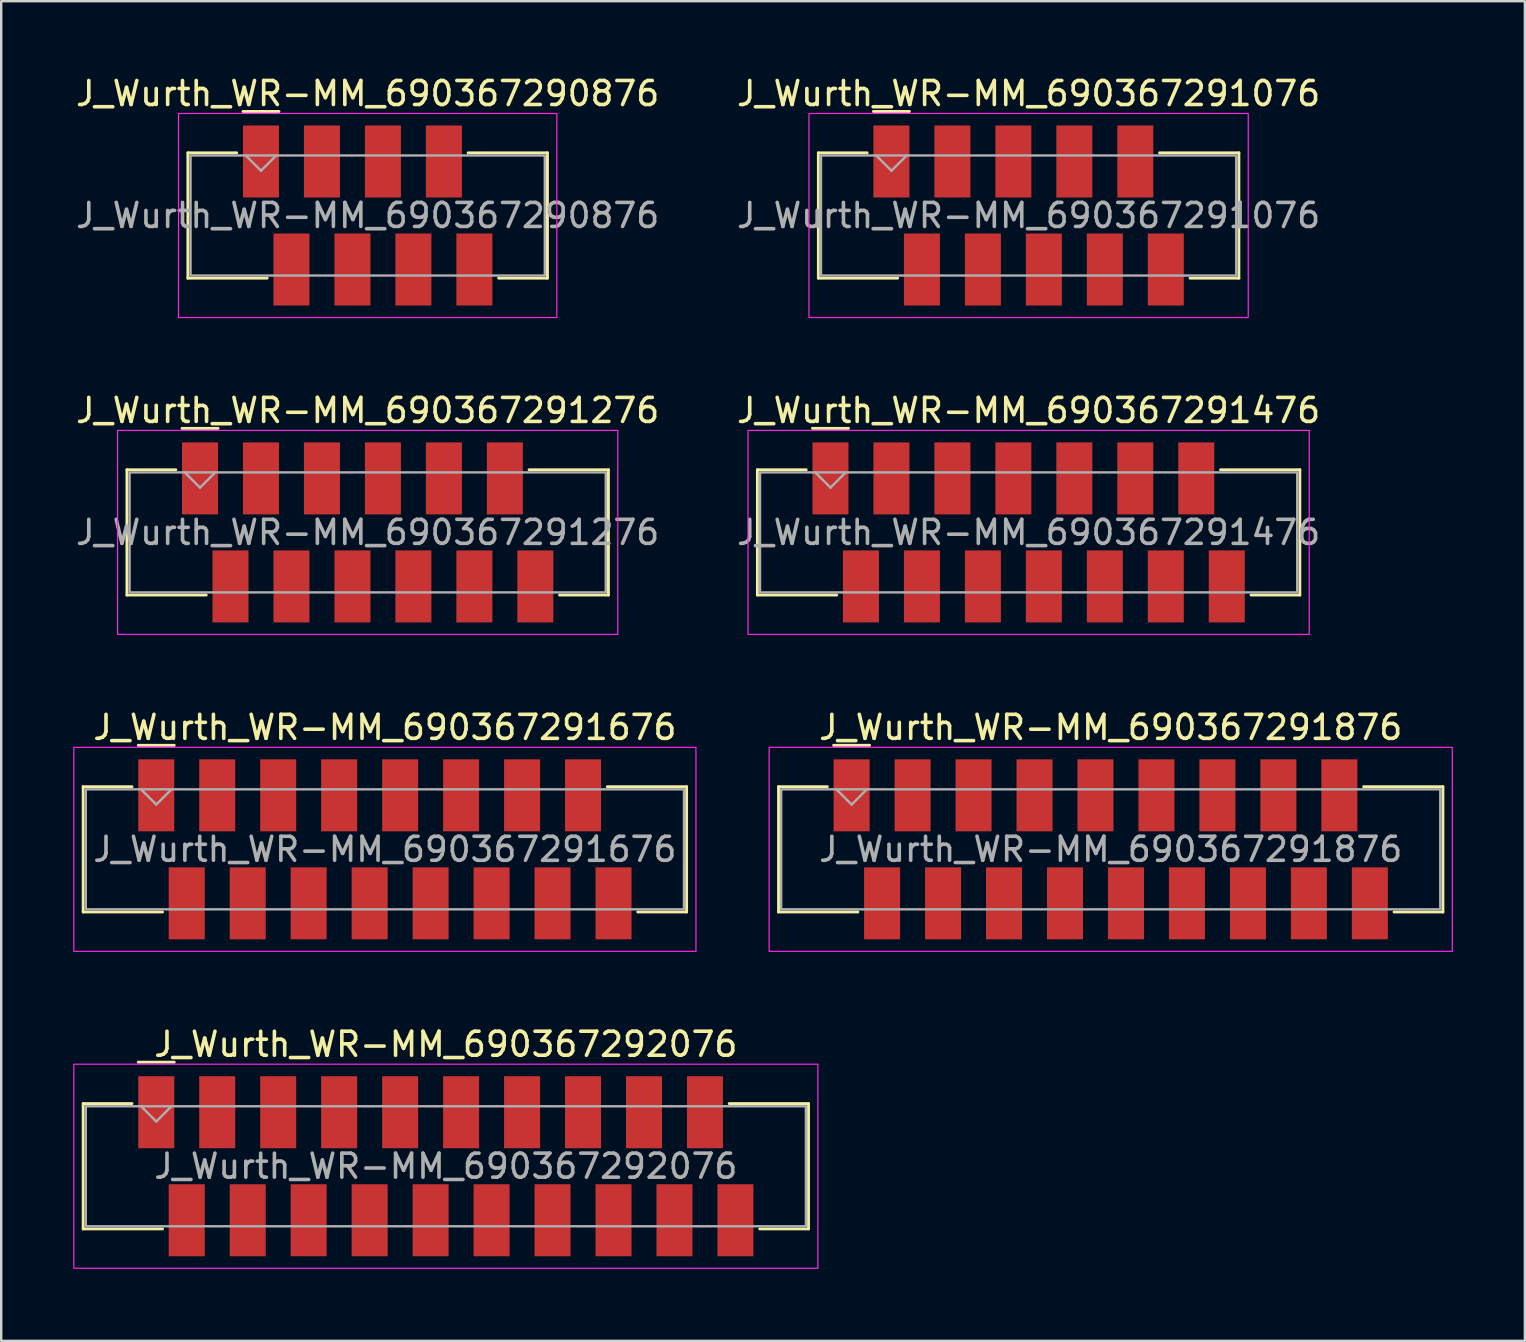
<source format=kicad_pcb>
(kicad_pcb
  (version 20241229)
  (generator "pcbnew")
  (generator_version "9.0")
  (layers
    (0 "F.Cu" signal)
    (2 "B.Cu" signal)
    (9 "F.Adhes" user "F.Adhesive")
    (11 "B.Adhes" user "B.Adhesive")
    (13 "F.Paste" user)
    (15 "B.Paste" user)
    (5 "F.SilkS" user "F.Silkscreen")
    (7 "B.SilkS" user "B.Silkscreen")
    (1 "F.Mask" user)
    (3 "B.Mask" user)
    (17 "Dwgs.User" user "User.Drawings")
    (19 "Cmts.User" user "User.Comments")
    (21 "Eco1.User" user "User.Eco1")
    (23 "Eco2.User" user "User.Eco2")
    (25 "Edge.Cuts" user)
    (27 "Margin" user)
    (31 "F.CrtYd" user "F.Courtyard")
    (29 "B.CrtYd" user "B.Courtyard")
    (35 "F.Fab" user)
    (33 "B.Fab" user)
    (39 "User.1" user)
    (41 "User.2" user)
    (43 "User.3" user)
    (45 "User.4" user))
  (footprint "J_Wurth_WR-MM_690367290876"
    (layer "F.Cu")
    (at 12.268 5.928)
    (property "Reference" "J_Wurth_WR-MM_690367290876" (at 0 -5.08 0) (unlocked yes) (layer "F.SilkS") (effects (font (size 1 1) (thickness 0.15))))
    (attr smd)
    (fp_line (start -7.49 -2.61) (end -5.455 -2.61) (stroke (width 0.12) (type solid)) (layer "F.SilkS"))
    (fp_line (start -7.49 2.61) (end -7.49 -2.61) (stroke (width 0.12) (type solid)) (layer "F.SilkS"))
    (fp_line (start -4.185 2.61) (end -7.49 2.61) (stroke (width 0.12) (type solid)) (layer "F.SilkS"))
    (fp_line (start -3.695 -4.335) (end -5.195 -4.335) (stroke (width 0.12) (type solid)) (layer "F.SilkS"))
    (fp_line (start 7.49 -2.61) (end 4.185 -2.61) (stroke (width 0.12) (type solid)) (layer "F.SilkS"))
    (fp_line (start 7.49 2.61) (end 5.455 2.61) (stroke (width 0.12) (type solid)) (layer "F.SilkS"))
    (fp_line (start 7.49 2.61) (end 7.49 -2.61) (stroke (width 0.12) (type solid)) (layer "F.SilkS"))
    (fp_rect (start -7.88 -4.25) (end 7.88 4.25) (stroke (width 0.05) (type solid)) (fill no) (layer "F.CrtYd"))
    (fp_line (start -5.08 -2.5) (end -4.445 -1.865) (stroke (width 0.1) (type default)) (layer "F.Fab"))
    (fp_line (start -4.445 -1.865) (end -3.81 -2.5) (stroke (width 0.1) (type default)) (layer "F.Fab"))
    (fp_rect (start -7.38 -2.5) (end 7.38 2.5) (stroke (width 0.1) (type solid)) (fill no) (layer "F.Fab"))
    (fp_text user "${REFERENCE}" (at 0 0 0) (unlocked yes) (layer "F.Fab") (effects (font (size 1 1) (thickness 0.15))))
    (pad "1" smd rect (at -4.445 -2.25 180) (size 1.5 3) (layers "F.Cu" "F.Mask" "F.Paste"))
    (pad "2" smd rect (at -3.175 2.25 180) (size 1.5 3) (layers "F.Cu" "F.Mask" "F.Paste"))
    (pad "3" smd rect (at -1.905 -2.25 180) (size 1.5 3) (layers "F.Cu" "F.Mask" "F.Paste"))
    (pad "4" smd rect (at -0.635 2.25 180) (size 1.5 3) (layers "F.Cu" "F.Mask" "F.Paste"))
    (pad "5" smd rect (at 0.635 -2.25 180) (size 1.5 3) (layers "F.Cu" "F.Mask" "F.Paste"))
    (pad "6" smd rect (at 1.905 2.25 180) (size 1.5 3) (layers "F.Cu" "F.Mask" "F.Paste"))
    (pad "7" smd rect (at 3.175 -2.25 180) (size 1.5 3) (layers "F.Cu" "F.Mask" "F.Paste"))
    (pad "8" smd rect (at 4.445 2.25 180) (size 1.5 3) (layers "F.Cu" "F.Mask" "F.Paste")))
  (footprint "J_Wurth_WR-MM_690367292076"
    (layer "F.Cu")
    (at 15.525 45.538)
    (property "Reference" "J_Wurth_WR-MM_690367292076" (at 0 -5.08 0) (unlocked yes) (layer "F.SilkS") (effects (font (size 1 1) (thickness 0.15))))
    (attr smd)
    (fp_line (start -15.11 -2.61) (end -13.075 -2.61) (stroke (width 0.12) (type solid)) (layer "F.SilkS"))
    (fp_line (start -15.11 2.61) (end -15.11 -2.61) (stroke (width 0.12) (type solid)) (layer "F.SilkS"))
    (fp_line (start -11.805 2.61) (end -15.11 2.61) (stroke (width 0.12) (type solid)) (layer "F.SilkS"))
    (fp_line (start -11.315 -4.335) (end -12.815 -4.335) (stroke (width 0.12) (type solid)) (layer "F.SilkS"))
    (fp_line (start 15.11 -2.61) (end 11.805 -2.61) (stroke (width 0.12) (type solid)) (layer "F.SilkS"))
    (fp_line (start 15.11 2.61) (end 13.075 2.61) (stroke (width 0.12) (type solid)) (layer "F.SilkS"))
    (fp_line (start 15.11 2.61) (end 15.11 -2.61) (stroke (width 0.12) (type solid)) (layer "F.SilkS"))
    (fp_rect (start -15.5 -4.25) (end 15.5 4.25) (stroke (width 0.05) (type solid)) (fill no) (layer "F.CrtYd"))
    (fp_line (start -12.7 -2.5) (end -12.065 -1.865) (stroke (width 0.1) (type default)) (layer "F.Fab"))
    (fp_line (start -12.065 -1.865) (end -11.43 -2.5) (stroke (width 0.1) (type default)) (layer "F.Fab"))
    (fp_rect (start -15 -2.5) (end 15 2.5) (stroke (width 0.1) (type solid)) (fill no) (layer "F.Fab"))
    (fp_text user "${REFERENCE}" (at 0 0 0) (unlocked yes) (layer "F.Fab") (effects (font (size 1 1) (thickness 0.15))))
    (pad "1" smd rect (at -12.065 -2.25 180) (size 1.5 3) (layers "F.Cu" "F.Mask" "F.Paste"))
    (pad "2" smd rect (at -10.795 2.25 180) (size 1.5 3) (layers "F.Cu" "F.Mask" "F.Paste"))
    (pad "3" smd rect (at -9.525 -2.25 180) (size 1.5 3) (layers "F.Cu" "F.Mask" "F.Paste"))
    (pad "4" smd rect (at -8.255 2.25 180) (size 1.5 3) (layers "F.Cu" "F.Mask" "F.Paste"))
    (pad "5" smd rect (at -6.985 -2.25 180) (size 1.5 3) (layers "F.Cu" "F.Mask" "F.Paste"))
    (pad "6" smd rect (at -5.715 2.25 180) (size 1.5 3) (layers "F.Cu" "F.Mask" "F.Paste"))
    (pad "7" smd rect (at -4.445 -2.25 180) (size 1.5 3) (layers "F.Cu" "F.Mask" "F.Paste"))
    (pad "8" smd rect (at -3.175 2.25 180) (size 1.5 3) (layers "F.Cu" "F.Mask" "F.Paste"))
    (pad "9" smd rect (at -1.905 -2.25 180) (size 1.5 3) (layers "F.Cu" "F.Mask" "F.Paste"))
    (pad "10" smd rect (at -0.635 2.25 180) (size 1.5 3) (layers "F.Cu" "F.Mask" "F.Paste"))
    (pad "11" smd rect (at 0.635 -2.25 180) (size 1.5 3) (layers "F.Cu" "F.Mask" "F.Paste"))
    (pad "12" smd rect (at 1.905 2.25 180) (size 1.5 3) (layers "F.Cu" "F.Mask" "F.Paste"))
    (pad "13" smd rect (at 3.175 -2.25 180) (size 1.5 3) (layers "F.Cu" "F.Mask" "F.Paste"))
    (pad "14" smd rect (at 4.445 2.25 180) (size 1.5 3) (layers "F.Cu" "F.Mask" "F.Paste"))
    (pad "15" smd rect (at 5.715 -2.25 180) (size 1.5 3) (layers "F.Cu" "F.Mask" "F.Paste"))
    (pad "16" smd rect (at 6.985 2.25 180) (size 1.5 3) (layers "F.Cu" "F.Mask" "F.Paste"))
    (pad "17" smd rect (at 8.255 -2.25 180) (size 1.5 3) (layers "F.Cu" "F.Mask" "F.Paste"))
    (pad "18" smd rect (at 9.525 2.25 180) (size 1.5 3) (layers "F.Cu" "F.Mask" "F.Paste"))
    (pad "19" smd rect (at 10.795 -2.25 180) (size 1.5 3) (layers "F.Cu" "F.Mask" "F.Paste"))
    (pad "20" smd rect (at 12.065 2.25 180) (size 1.5 3) (layers "F.Cu" "F.Mask" "F.Paste")))
  (footprint "J_Wurth_WR-MM_690367291876"
    (layer "F.Cu")
    (at 43.225 32.335)
    (property "Reference" "J_Wurth_WR-MM_690367291876" (at 0 -5.08 0) (unlocked yes) (layer "F.SilkS") (effects (font (size 1 1) (thickness 0.15))))
    (attr smd)
    (fp_line (start -13.84 -2.61) (end -11.805 -2.61) (stroke (width 0.12) (type solid)) (layer "F.SilkS"))
    (fp_line (start -13.84 2.61) (end -13.84 -2.61) (stroke (width 0.12) (type solid)) (layer "F.SilkS"))
    (fp_line (start -10.535 2.61) (end -13.84 2.61) (stroke (width 0.12) (type solid)) (layer "F.SilkS"))
    (fp_line (start -10.045 -4.335) (end -11.545 -4.335) (stroke (width 0.12) (type solid)) (layer "F.SilkS"))
    (fp_line (start 13.84 -2.61) (end 10.535 -2.61) (stroke (width 0.12) (type solid)) (layer "F.SilkS"))
    (fp_line (start 13.84 2.61) (end 11.805 2.61) (stroke (width 0.12) (type solid)) (layer "F.SilkS"))
    (fp_line (start 13.84 2.61) (end 13.84 -2.61) (stroke (width 0.12) (type solid)) (layer "F.SilkS"))
    (fp_rect (start -14.23 -4.25) (end 14.23 4.25) (stroke (width 0.05) (type solid)) (fill no) (layer "F.CrtYd"))
    (fp_line (start -11.43 -2.5) (end -10.795 -1.865) (stroke (width 0.1) (type default)) (layer "F.Fab"))
    (fp_line (start -10.795 -1.865) (end -10.16 -2.5) (stroke (width 0.1) (type default)) (layer "F.Fab"))
    (fp_rect (start -13.73 -2.5) (end 13.73 2.5) (stroke (width 0.1) (type solid)) (fill no) (layer "F.Fab"))
    (fp_text user "${REFERENCE}" (at 0 0 0) (unlocked yes) (layer "F.Fab") (effects (font (size 1 1) (thickness 0.15))))
    (pad "1" smd rect (at -10.795 -2.25 180) (size 1.5 3) (layers "F.Cu" "F.Mask" "F.Paste"))
    (pad "2" smd rect (at -9.525 2.25 180) (size 1.5 3) (layers "F.Cu" "F.Mask" "F.Paste"))
    (pad "3" smd rect (at -8.255 -2.25 180) (size 1.5 3) (layers "F.Cu" "F.Mask" "F.Paste"))
    (pad "4" smd rect (at -6.985 2.25 180) (size 1.5 3) (layers "F.Cu" "F.Mask" "F.Paste"))
    (pad "5" smd rect (at -5.715 -2.25 180) (size 1.5 3) (layers "F.Cu" "F.Mask" "F.Paste"))
    (pad "6" smd rect (at -4.445 2.25 180) (size 1.5 3) (layers "F.Cu" "F.Mask" "F.Paste"))
    (pad "7" smd rect (at -3.175 -2.25 180) (size 1.5 3) (layers "F.Cu" "F.Mask" "F.Paste"))
    (pad "8" smd rect (at -1.905 2.25 180) (size 1.5 3) (layers "F.Cu" "F.Mask" "F.Paste"))
    (pad "9" smd rect (at -0.635 -2.25 180) (size 1.5 3) (layers "F.Cu" "F.Mask" "F.Paste"))
    (pad "10" smd rect (at 0.635 2.25 180) (size 1.5 3) (layers "F.Cu" "F.Mask" "F.Paste"))
    (pad "11" smd rect (at 1.905 -2.25 180) (size 1.5 3) (layers "F.Cu" "F.Mask" "F.Paste"))
    (pad "12" smd rect (at 3.175 2.25 180) (size 1.5 3) (layers "F.Cu" "F.Mask" "F.Paste"))
    (pad "13" smd rect (at 4.445 -2.25 180) (size 1.5 3) (layers "F.Cu" "F.Mask" "F.Paste"))
    (pad "14" smd rect (at 5.715 2.25 180) (size 1.5 3) (layers "F.Cu" "F.Mask" "F.Paste"))
    (pad "15" smd rect (at 6.985 -2.25 180) (size 1.5 3) (layers "F.Cu" "F.Mask" "F.Paste"))
    (pad "16" smd rect (at 8.255 2.25 180) (size 1.5 3) (layers "F.Cu" "F.Mask" "F.Paste"))
    (pad "17" smd rect (at 9.525 -2.25 180) (size 1.5 3) (layers "F.Cu" "F.Mask" "F.Paste"))
    (pad "18" smd rect (at 10.795 2.25 180) (size 1.5 3) (layers "F.Cu" "F.Mask" "F.Paste")))
  (footprint "J_Wurth_WR-MM_690367291676"
    (layer "F.Cu")
    (at 12.985 32.335)
    (property "Reference" "J_Wurth_WR-MM_690367291676" (at 0 -5.08 0) (unlocked yes) (layer "F.SilkS") (effects (font (size 1 1) (thickness 0.15))))
    (attr smd)
    (fp_line (start -12.57 -2.61) (end -10.535 -2.61) (stroke (width 0.12) (type solid)) (layer "F.SilkS"))
    (fp_line (start -12.57 2.61) (end -12.57 -2.61) (stroke (width 0.12) (type solid)) (layer "F.SilkS"))
    (fp_line (start -9.265 2.61) (end -12.57 2.61) (stroke (width 0.12) (type solid)) (layer "F.SilkS"))
    (fp_line (start -8.775 -4.335) (end -10.275 -4.335) (stroke (width 0.12) (type solid)) (layer "F.SilkS"))
    (fp_line (start 12.57 -2.61) (end 9.265 -2.61) (stroke (width 0.12) (type solid)) (layer "F.SilkS"))
    (fp_line (start 12.57 2.61) (end 10.535 2.61) (stroke (width 0.12) (type solid)) (layer "F.SilkS"))
    (fp_line (start 12.57 2.61) (end 12.57 -2.61) (stroke (width 0.12) (type solid)) (layer "F.SilkS"))
    (fp_rect (start -12.96 -4.25) (end 12.96 4.25) (stroke (width 0.05) (type solid)) (fill no) (layer "F.CrtYd"))
    (fp_line (start -10.16 -2.5) (end -9.525 -1.865) (stroke (width 0.1) (type default)) (layer "F.Fab"))
    (fp_line (start -9.525 -1.865) (end -8.89 -2.5) (stroke (width 0.1) (type default)) (layer "F.Fab"))
    (fp_rect (start -12.46 -2.5) (end 12.46 2.5) (stroke (width 0.1) (type solid)) (fill no) (layer "F.Fab"))
    (fp_text user "${REFERENCE}" (at 0 0 0) (unlocked yes) (layer "F.Fab") (effects (font (size 1 1) (thickness 0.15))))
    (pad "1" smd rect (at -9.525 -2.25 180) (size 1.5 3) (layers "F.Cu" "F.Mask" "F.Paste"))
    (pad "2" smd rect (at -8.255 2.25 180) (size 1.5 3) (layers "F.Cu" "F.Mask" "F.Paste"))
    (pad "3" smd rect (at -6.985 -2.25 180) (size 1.5 3) (layers "F.Cu" "F.Mask" "F.Paste"))
    (pad "4" smd rect (at -5.715 2.25 180) (size 1.5 3) (layers "F.Cu" "F.Mask" "F.Paste"))
    (pad "5" smd rect (at -4.445 -2.25 180) (size 1.5 3) (layers "F.Cu" "F.Mask" "F.Paste"))
    (pad "6" smd rect (at -3.175 2.25 180) (size 1.5 3) (layers "F.Cu" "F.Mask" "F.Paste"))
    (pad "7" smd rect (at -1.905 -2.25 180) (size 1.5 3) (layers "F.Cu" "F.Mask" "F.Paste"))
    (pad "8" smd rect (at -0.635 2.25 180) (size 1.5 3) (layers "F.Cu" "F.Mask" "F.Paste"))
    (pad "9" smd rect (at 0.635 -2.25 180) (size 1.5 3) (layers "F.Cu" "F.Mask" "F.Paste"))
    (pad "10" smd rect (at 1.905 2.25 180) (size 1.5 3) (layers "F.Cu" "F.Mask" "F.Paste"))
    (pad "11" smd rect (at 3.175 -2.25 180) (size 1.5 3) (layers "F.Cu" "F.Mask" "F.Paste"))
    (pad "12" smd rect (at 4.445 2.25 180) (size 1.5 3) (layers "F.Cu" "F.Mask" "F.Paste"))
    (pad "13" smd rect (at 5.715 -2.25 180) (size 1.5 3) (layers "F.Cu" "F.Mask" "F.Paste"))
    (pad "14" smd rect (at 6.985 2.25 180) (size 1.5 3) (layers "F.Cu" "F.Mask" "F.Paste"))
    (pad "15" smd rect (at 8.255 -2.25 180) (size 1.5 3) (layers "F.Cu" "F.Mask" "F.Paste"))
    (pad "16" smd rect (at 9.525 2.25 180) (size 1.5 3) (layers "F.Cu" "F.Mask" "F.Paste")))
  (footprint "J_Wurth_WR-MM_690367291076"
    (layer "F.Cu")
    (at 39.804 5.928)
    (property "Reference" "J_Wurth_WR-MM_690367291076" (at 0 -5.08 0) (unlocked yes) (layer "F.SilkS") (effects (font (size 1 1) (thickness 0.15))))
    (attr smd)
    (fp_line (start -8.76 -2.61) (end -6.725 -2.61) (stroke (width 0.12) (type solid)) (layer "F.SilkS"))
    (fp_line (start -8.76 2.61) (end -8.76 -2.61) (stroke (width 0.12) (type solid)) (layer "F.SilkS"))
    (fp_line (start -5.455 2.61) (end -8.76 2.61) (stroke (width 0.12) (type solid)) (layer "F.SilkS"))
    (fp_line (start -4.965 -4.335) (end -6.465 -4.335) (stroke (width 0.12) (type solid)) (layer "F.SilkS"))
    (fp_line (start 8.76 -2.61) (end 5.455 -2.61) (stroke (width 0.12) (type solid)) (layer "F.SilkS"))
    (fp_line (start 8.76 2.61) (end 6.725 2.61) (stroke (width 0.12) (type solid)) (layer "F.SilkS"))
    (fp_line (start 8.76 2.61) (end 8.76 -2.61) (stroke (width 0.12) (type solid)) (layer "F.SilkS"))
    (fp_rect (start -9.15 -4.25) (end 9.15 4.25) (stroke (width 0.05) (type solid)) (fill no) (layer "F.CrtYd"))
    (fp_line (start -6.35 -2.5) (end -5.715 -1.865) (stroke (width 0.1) (type default)) (layer "F.Fab"))
    (fp_line (start -5.715 -1.865) (end -5.08 -2.5) (stroke (width 0.1) (type default)) (layer "F.Fab"))
    (fp_rect (start -8.65 -2.5) (end 8.65 2.5) (stroke (width 0.1) (type solid)) (fill no) (layer "F.Fab"))
    (fp_text user "${REFERENCE}" (at 0 0 0) (unlocked yes) (layer "F.Fab") (effects (font (size 1 1) (thickness 0.15))))
    (pad "1" smd rect (at -5.715 -2.25 180) (size 1.5 3) (layers "F.Cu" "F.Mask" "F.Paste"))
    (pad "2" smd rect (at -4.445 2.25 180) (size 1.5 3) (layers "F.Cu" "F.Mask" "F.Paste"))
    (pad "3" smd rect (at -3.175 -2.25 180) (size 1.5 3) (layers "F.Cu" "F.Mask" "F.Paste"))
    (pad "4" smd rect (at -1.905 2.25 180) (size 1.5 3) (layers "F.Cu" "F.Mask" "F.Paste"))
    (pad "5" smd rect (at -0.635 -2.25 180) (size 1.5 3) (layers "F.Cu" "F.Mask" "F.Paste"))
    (pad "6" smd rect (at 0.635 2.25 180) (size 1.5 3) (layers "F.Cu" "F.Mask" "F.Paste"))
    (pad "7" smd rect (at 1.905 -2.25 180) (size 1.5 3) (layers "F.Cu" "F.Mask" "F.Paste"))
    (pad "8" smd rect (at 3.175 2.25 180) (size 1.5 3) (layers "F.Cu" "F.Mask" "F.Paste"))
    (pad "9" smd rect (at 4.445 -2.25 180) (size 1.5 3) (layers "F.Cu" "F.Mask" "F.Paste"))
    (pad "10" smd rect (at 5.715 2.25 180) (size 1.5 3) (layers "F.Cu" "F.Mask" "F.Paste")))
  (footprint "J_Wurth_WR-MM_690367291276"
    (layer "F.Cu")
    (at 12.268 19.131)
    (property "Reference" "J_Wurth_WR-MM_690367291276" (at 0 -5.08 0) (unlocked yes) (layer "F.SilkS") (effects (font (size 1 1) (thickness 0.15))))
    (attr smd)
    (fp_line (start -10.03 -2.61) (end -7.995 -2.61) (stroke (width 0.12) (type solid)) (layer "F.SilkS"))
    (fp_line (start -10.03 2.61) (end -10.03 -2.61) (stroke (width 0.12) (type solid)) (layer "F.SilkS"))
    (fp_line (start -6.725 2.61) (end -10.03 2.61) (stroke (width 0.12) (type solid)) (layer "F.SilkS"))
    (fp_line (start -6.235 -4.335) (end -7.735 -4.335) (stroke (width 0.12) (type solid)) (layer "F.SilkS"))
    (fp_line (start 10.03 -2.61) (end 6.725 -2.61) (stroke (width 0.12) (type solid)) (layer "F.SilkS"))
    (fp_line (start 10.03 2.61) (end 7.995 2.61) (stroke (width 0.12) (type solid)) (layer "F.SilkS"))
    (fp_line (start 10.03 2.61) (end 10.03 -2.61) (stroke (width 0.12) (type solid)) (layer "F.SilkS"))
    (fp_rect (start -10.42 -4.25) (end 10.42 4.25) (stroke (width 0.05) (type solid)) (fill no) (layer "F.CrtYd"))
    (fp_line (start -7.62 -2.5) (end -6.985 -1.865) (stroke (width 0.1) (type default)) (layer "F.Fab"))
    (fp_line (start -6.985 -1.865) (end -6.35 -2.5) (stroke (width 0.1) (type default)) (layer "F.Fab"))
    (fp_rect (start -9.92 -2.5) (end 9.92 2.5) (stroke (width 0.1) (type solid)) (fill no) (layer "F.Fab"))
    (fp_text user "${REFERENCE}" (at 0 0 0) (unlocked yes) (layer "F.Fab") (effects (font (size 1 1) (thickness 0.15))))
    (pad "1" smd rect (at -6.985 -2.25 180) (size 1.5 3) (layers "F.Cu" "F.Mask" "F.Paste"))
    (pad "2" smd rect (at -5.715 2.25 180) (size 1.5 3) (layers "F.Cu" "F.Mask" "F.Paste"))
    (pad "3" smd rect (at -4.445 -2.25 180) (size 1.5 3) (layers "F.Cu" "F.Mask" "F.Paste"))
    (pad "4" smd rect (at -3.175 2.25 180) (size 1.5 3) (layers "F.Cu" "F.Mask" "F.Paste"))
    (pad "5" smd rect (at -1.905 -2.25 180) (size 1.5 3) (layers "F.Cu" "F.Mask" "F.Paste"))
    (pad "6" smd rect (at -0.635 2.25 180) (size 1.5 3) (layers "F.Cu" "F.Mask" "F.Paste"))
    (pad "7" smd rect (at 0.635 -2.25 180) (size 1.5 3) (layers "F.Cu" "F.Mask" "F.Paste"))
    (pad "8" smd rect (at 1.905 2.25 180) (size 1.5 3) (layers "F.Cu" "F.Mask" "F.Paste"))
    (pad "9" smd rect (at 3.175 -2.25 180) (size 1.5 3) (layers "F.Cu" "F.Mask" "F.Paste"))
    (pad "10" smd rect (at 4.445 2.25 180) (size 1.5 3) (layers "F.Cu" "F.Mask" "F.Paste"))
    (pad "11" smd rect (at 5.715 -2.25 180) (size 1.5 3) (layers "F.Cu" "F.Mask" "F.Paste"))
    (pad "12" smd rect (at 6.985 2.25 180) (size 1.5 3) (layers "F.Cu" "F.Mask" "F.Paste")))
  (footprint "J_Wurth_WR-MM_690367291476"
    (layer "F.Cu")
    (at 39.804 19.131)
    (property "Reference" "J_Wurth_WR-MM_690367291476" (at 0 -5.08 0) (unlocked yes) (layer "F.SilkS") (effects (font (size 1 1) (thickness 0.15))))
    (attr smd)
    (fp_line (start -11.3 -2.61) (end -9.265 -2.61) (stroke (width 0.12) (type solid)) (layer "F.SilkS"))
    (fp_line (start -11.3 2.61) (end -11.3 -2.61) (stroke (width 0.12) (type solid)) (layer "F.SilkS"))
    (fp_line (start -7.995 2.61) (end -11.3 2.61) (stroke (width 0.12) (type solid)) (layer "F.SilkS"))
    (fp_line (start -7.505 -4.335) (end -9.005 -4.335) (stroke (width 0.12) (type solid)) (layer "F.SilkS"))
    (fp_line (start 11.3 -2.61) (end 7.995 -2.61) (stroke (width 0.12) (type solid)) (layer "F.SilkS"))
    (fp_line (start 11.3 2.61) (end 9.265 2.61) (stroke (width 0.12) (type solid)) (layer "F.SilkS"))
    (fp_line (start 11.3 2.61) (end 11.3 -2.61) (stroke (width 0.12) (type solid)) (layer "F.SilkS"))
    (fp_rect (start -11.69 -4.25) (end 11.69 4.25) (stroke (width 0.05) (type solid)) (fill no) (layer "F.CrtYd"))
    (fp_line (start -8.89 -2.5) (end -8.255 -1.865) (stroke (width 0.1) (type default)) (layer "F.Fab"))
    (fp_line (start -8.255 -1.865) (end -7.62 -2.5) (stroke (width 0.1) (type default)) (layer "F.Fab"))
    (fp_rect (start -11.19 -2.5) (end 11.19 2.5) (stroke (width 0.1) (type solid)) (fill no) (layer "F.Fab"))
    (fp_text user "${REFERENCE}" (at 0 0 0) (unlocked yes) (layer "F.Fab") (effects (font (size 1 1) (thickness 0.15))))
    (pad "1" smd rect (at -8.255 -2.25 180) (size 1.5 3) (layers "F.Cu" "F.Mask" "F.Paste"))
    (pad "2" smd rect (at -6.985 2.25 180) (size 1.5 3) (layers "F.Cu" "F.Mask" "F.Paste"))
    (pad "3" smd rect (at -5.715 -2.25 180) (size 1.5 3) (layers "F.Cu" "F.Mask" "F.Paste"))
    (pad "4" smd rect (at -4.445 2.25 180) (size 1.5 3) (layers "F.Cu" "F.Mask" "F.Paste"))
    (pad "5" smd rect (at -3.175 -2.25 180) (size 1.5 3) (layers "F.Cu" "F.Mask" "F.Paste"))
    (pad "6" smd rect (at -1.905 2.25 180) (size 1.5 3) (layers "F.Cu" "F.Mask" "F.Paste"))
    (pad "7" smd rect (at -0.635 -2.25 180) (size 1.5 3) (layers "F.Cu" "F.Mask" "F.Paste"))
    (pad "8" smd rect (at 0.635 2.25 180) (size 1.5 3) (layers "F.Cu" "F.Mask" "F.Paste"))
    (pad "9" smd rect (at 1.905 -2.25 180) (size 1.5 3) (layers "F.Cu" "F.Mask" "F.Paste"))
    (pad "10" smd rect (at 3.175 2.25 180) (size 1.5 3) (layers "F.Cu" "F.Mask" "F.Paste"))
    (pad "11" smd rect (at 4.445 -2.25 180) (size 1.5 3) (layers "F.Cu" "F.Mask" "F.Paste"))
    (pad "12" smd rect (at 5.715 2.25 180) (size 1.5 3) (layers "F.Cu" "F.Mask" "F.Paste"))
    (pad "13" smd rect (at 6.985 -2.25 180) (size 1.5 3) (layers "F.Cu" "F.Mask" "F.Paste"))
    (pad "14" smd rect (at 8.255 2.25 180) (size 1.5 3) (layers "F.Cu" "F.Mask" "F.Paste")))
  (gr_rect
    (start -3 -3)
    (end 60.48 52.813)
    (stroke (width 0.1) (type default))
    (fill no)
    (layer "Edge.Cuts")))
</source>
